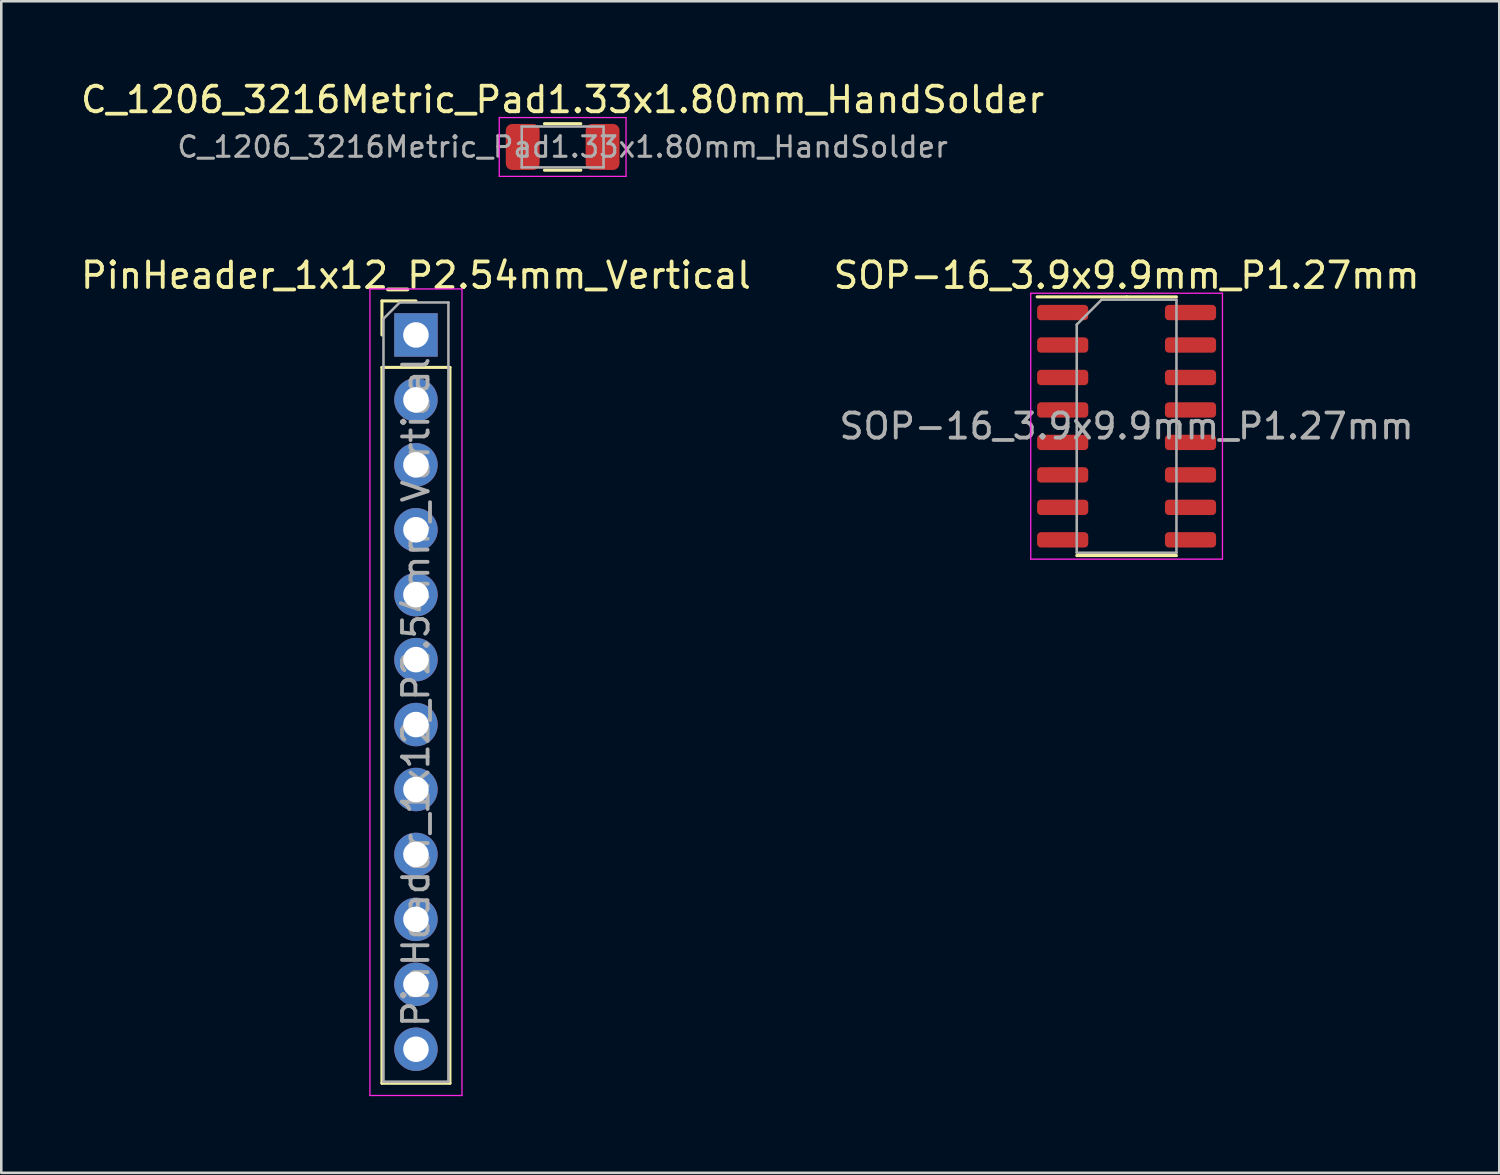
<source format=kicad_pcb>
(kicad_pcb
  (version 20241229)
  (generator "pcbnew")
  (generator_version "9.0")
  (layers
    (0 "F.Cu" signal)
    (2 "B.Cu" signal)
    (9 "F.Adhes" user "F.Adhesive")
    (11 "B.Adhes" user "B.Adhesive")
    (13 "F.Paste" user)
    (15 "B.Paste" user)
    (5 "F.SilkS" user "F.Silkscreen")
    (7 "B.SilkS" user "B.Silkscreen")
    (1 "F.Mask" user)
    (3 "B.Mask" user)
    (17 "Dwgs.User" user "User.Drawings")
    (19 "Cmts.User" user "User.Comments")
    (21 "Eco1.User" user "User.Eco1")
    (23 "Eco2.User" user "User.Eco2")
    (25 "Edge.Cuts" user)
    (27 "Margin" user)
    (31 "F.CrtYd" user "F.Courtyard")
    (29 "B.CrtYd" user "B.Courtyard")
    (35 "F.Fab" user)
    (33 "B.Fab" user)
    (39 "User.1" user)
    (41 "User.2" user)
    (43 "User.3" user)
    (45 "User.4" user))
  (footprint "C_1206_3216Metric_Pad1.33x1.80mm_HandSolder"
    (layer "F.Cu")
    (at 18.958 2.698)
    (property "Reference" "C_1206_3216Metric_Pad1.33x1.80mm_HandSolder" (at 0 -1.85 180) (layer "F.SilkS") (effects (font (size 1 1) (thickness 0.15))))
    (attr smd)
    (fp_line (start -0.711 -0.91) (end 0.711 -0.91) (stroke (width 0.12) (type solid)) (layer "F.SilkS"))
    (fp_line (start -0.711 0.91) (end 0.711 0.91) (stroke (width 0.12) (type solid)) (layer "F.SilkS"))
    (fp_line (start -2.48 -1.15) (end 2.48 -1.15) (stroke (width 0.05) (type solid)) (layer "F.CrtYd"))
    (fp_line (start -2.48 1.15) (end -2.48 -1.15) (stroke (width 0.05) (type solid)) (layer "F.CrtYd"))
    (fp_line (start 2.48 -1.15) (end 2.48 1.15) (stroke (width 0.05) (type solid)) (layer "F.CrtYd"))
    (fp_line (start 2.48 1.15) (end -2.48 1.15) (stroke (width 0.05) (type solid)) (layer "F.CrtYd"))
    (fp_line (start -1.6 -0.8) (end 1.6 -0.8) (stroke (width 0.1) (type solid)) (layer "F.Fab"))
    (fp_line (start -1.6 0.8) (end -1.6 -0.8) (stroke (width 0.1) (type solid)) (layer "F.Fab"))
    (fp_line (start 1.6 -0.8) (end 1.6 0.8) (stroke (width 0.1) (type solid)) (layer "F.Fab"))
    (fp_line (start 1.6 0.8) (end -1.6 0.8) (stroke (width 0.1) (type solid)) (layer "F.Fab"))
    (fp_text user "${REFERENCE}" (at 0 0 180) (layer "F.Fab") (effects (font (size 0.8 0.8) (thickness 0.12))))
    (pad "1" smd roundrect (at -1.562 0) (size 1.325 1.8) (layers "F.Cu" "F.Mask" "F.Paste") (roundrect_rratio 0.189))
    (pad "2" smd roundrect (at 1.562 0) (size 1.325 1.8) (layers "F.Cu" "F.Mask" "F.Paste") (roundrect_rratio 0.189)))
  (footprint "PinHeader_1x12_P2.54mm_Vertical"
    (layer "F.Cu")
    (at 13.22 10.052)
    (property "Reference" "PinHeader_1x12_P2.54mm_Vertical" (at 0 -2.33 0) (layer "F.SilkS") (effects (font (size 1 1) (thickness 0.15))))
    (attr through_hole)
    (fp_line (start -1.33 -1.33) (end 0 -1.33) (stroke (width 0.12) (type solid)) (layer "F.SilkS"))
    (fp_line (start -1.33 0) (end -1.33 -1.33) (stroke (width 0.12) (type solid)) (layer "F.SilkS"))
    (fp_line (start -1.33 1.27) (end -1.33 29.27) (stroke (width 0.12) (type solid)) (layer "F.SilkS"))
    (fp_line (start -1.33 1.27) (end 1.33 1.27) (stroke (width 0.12) (type solid)) (layer "F.SilkS"))
    (fp_line (start -1.33 29.27) (end 1.33 29.27) (stroke (width 0.12) (type solid)) (layer "F.SilkS"))
    (fp_line (start 1.33 1.27) (end 1.33 29.27) (stroke (width 0.12) (type solid)) (layer "F.SilkS"))
    (fp_line (start -1.8 -1.8) (end -1.8 29.75) (stroke (width 0.05) (type solid)) (layer "F.CrtYd"))
    (fp_line (start -1.8 29.75) (end 1.8 29.75) (stroke (width 0.05) (type solid)) (layer "F.CrtYd"))
    (fp_line (start 1.8 -1.8) (end -1.8 -1.8) (stroke (width 0.05) (type solid)) (layer "F.CrtYd"))
    (fp_line (start 1.8 29.75) (end 1.8 -1.8) (stroke (width 0.05) (type solid)) (layer "F.CrtYd"))
    (fp_line (start -1.27 -0.635) (end -0.635 -1.27) (stroke (width 0.1) (type solid)) (layer "F.Fab"))
    (fp_line (start -1.27 29.21) (end -1.27 -0.635) (stroke (width 0.1) (type solid)) (layer "F.Fab"))
    (fp_line (start -0.635 -1.27) (end 1.27 -1.27) (stroke (width 0.1) (type solid)) (layer "F.Fab"))
    (fp_line (start 1.27 -1.27) (end 1.27 29.21) (stroke (width 0.1) (type solid)) (layer "F.Fab"))
    (fp_line (start 1.27 29.21) (end -1.27 29.21) (stroke (width 0.1) (type solid)) (layer "F.Fab"))
    (fp_text user "${REFERENCE}" (at 0 13.97 90) (layer "F.Fab") (effects (font (size 1 1) (thickness 0.15))))
    (pad "1" thru_hole rect (at 0 0) (size 1.7 1.7) (drill 1) (layers "*.Cu" "*.Mask"))
    (pad "2" thru_hole oval (at 0 2.54) (size 1.7 1.7) (drill 1) (layers "*.Cu" "*.Mask"))
    (pad "3" thru_hole oval (at 0 5.08) (size 1.7 1.7) (drill 1) (layers "*.Cu" "*.Mask"))
    (pad "4" thru_hole oval (at 0 7.62) (size 1.7 1.7) (drill 1) (layers "*.Cu" "*.Mask"))
    (pad "5" thru_hole oval (at 0 10.16) (size 1.7 1.7) (drill 1) (layers "*.Cu" "*.Mask"))
    (pad "6" thru_hole oval (at 0 12.7) (size 1.7 1.7) (drill 1) (layers "*.Cu" "*.Mask"))
    (pad "7" thru_hole oval (at 0 15.24) (size 1.7 1.7) (drill 1) (layers "*.Cu" "*.Mask"))
    (pad "8" thru_hole oval (at 0 17.78) (size 1.7 1.7) (drill 1) (layers "*.Cu" "*.Mask"))
    (pad "9" thru_hole oval (at 0 20.32) (size 1.7 1.7) (drill 1) (layers "*.Cu" "*.Mask"))
    (pad "10" thru_hole oval (at 0 22.86) (size 1.7 1.7) (drill 1) (layers "*.Cu" "*.Mask"))
    (pad "11" thru_hole oval (at 0 25.4) (size 1.7 1.7) (drill 1) (layers "*.Cu" "*.Mask"))
    (pad "12" thru_hole oval (at 0 27.94) (size 1.7 1.7) (drill 1) (layers "*.Cu" "*.Mask")))
  (footprint "SOP-16_3.9x9.9mm_P1.27mm"
    (layer "F.Cu")
    (at 41.018 13.621)
    (property "Reference" "SOP-16_3.9x9.9mm_P1.27mm" (at 0 -5.9 0) (layer "F.SilkS") (effects (font (size 1 1) (thickness 0.15))))
    (attr smd)
    (fp_line (start 0 -5.06) (end -3.5 -5.06) (stroke (width 0.12) (type solid)) (layer "F.SilkS"))
    (fp_line (start 0 -5.06) (end 1.95 -5.06) (stroke (width 0.12) (type solid)) (layer "F.SilkS"))
    (fp_line (start 0 5.06) (end -1.95 5.06) (stroke (width 0.12) (type solid)) (layer "F.SilkS"))
    (fp_line (start 0 5.06) (end 1.95 5.06) (stroke (width 0.12) (type solid)) (layer "F.SilkS"))
    (fp_line (start -3.75 -5.2) (end -3.75 5.2) (stroke (width 0.05) (type solid)) (layer "F.CrtYd"))
    (fp_line (start -3.75 5.2) (end 3.75 5.2) (stroke (width 0.05) (type solid)) (layer "F.CrtYd"))
    (fp_line (start 3.75 -5.2) (end -3.75 -5.2) (stroke (width 0.05) (type solid)) (layer "F.CrtYd"))
    (fp_line (start 3.75 5.2) (end 3.75 -5.2) (stroke (width 0.05) (type solid)) (layer "F.CrtYd"))
    (fp_line (start -1.95 -3.975) (end -0.975 -4.95) (stroke (width 0.1) (type solid)) (layer "F.Fab"))
    (fp_line (start -1.95 4.95) (end -1.95 -3.975) (stroke (width 0.1) (type solid)) (layer "F.Fab"))
    (fp_line (start -0.975 -4.95) (end 1.95 -4.95) (stroke (width 0.1) (type solid)) (layer "F.Fab"))
    (fp_line (start 1.95 -4.95) (end 1.95 4.95) (stroke (width 0.1) (type solid)) (layer "F.Fab"))
    (fp_line (start 1.95 4.95) (end -1.95 4.95) (stroke (width 0.1) (type solid)) (layer "F.Fab"))
    (fp_text user "${REFERENCE}" (at 0 0 0) (layer "F.Fab") (effects (font (size 0.98 0.98) (thickness 0.15))))
    (pad "1" smd roundrect (at -2.5 -4.445) (size 2 0.6) (layers "F.Cu" "F.Mask" "F.Paste") (roundrect_rratio 0.25))
    (pad "2" smd roundrect (at -2.5 -3.175) (size 2 0.6) (layers "F.Cu" "F.Mask" "F.Paste") (roundrect_rratio 0.25))
    (pad "3" smd roundrect (at -2.5 -1.905) (size 2 0.6) (layers "F.Cu" "F.Mask" "F.Paste") (roundrect_rratio 0.25))
    (pad "4" smd roundrect (at -2.5 -0.635) (size 2 0.6) (layers "F.Cu" "F.Mask" "F.Paste") (roundrect_rratio 0.25))
    (pad "5" smd roundrect (at -2.5 0.635) (size 2 0.6) (layers "F.Cu" "F.Mask" "F.Paste") (roundrect_rratio 0.25))
    (pad "6" smd roundrect (at -2.5 1.905) (size 2 0.6) (layers "F.Cu" "F.Mask" "F.Paste") (roundrect_rratio 0.25))
    (pad "7" smd roundrect (at -2.5 3.175) (size 2 0.6) (layers "F.Cu" "F.Mask" "F.Paste") (roundrect_rratio 0.25))
    (pad "8" smd roundrect (at -2.5 4.445) (size 2 0.6) (layers "F.Cu" "F.Mask" "F.Paste") (roundrect_rratio 0.25))
    (pad "9" smd roundrect (at 2.5 4.445) (size 2 0.6) (layers "F.Cu" "F.Mask" "F.Paste") (roundrect_rratio 0.25))
    (pad "10" smd roundrect (at 2.5 3.175) (size 2 0.6) (layers "F.Cu" "F.Mask" "F.Paste") (roundrect_rratio 0.25))
    (pad "11" smd roundrect (at 2.5 1.905) (size 2 0.6) (layers "F.Cu" "F.Mask" "F.Paste") (roundrect_rratio 0.25))
    (pad "12" smd roundrect (at 2.5 0.635) (size 2 0.6) (layers "F.Cu" "F.Mask" "F.Paste") (roundrect_rratio 0.25))
    (pad "13" smd roundrect (at 2.5 -0.635) (size 2 0.6) (layers "F.Cu" "F.Mask" "F.Paste") (roundrect_rratio 0.25))
    (pad "14" smd roundrect (at 2.5 -1.905) (size 2 0.6) (layers "F.Cu" "F.Mask" "F.Paste") (roundrect_rratio 0.25))
    (pad "15" smd roundrect (at 2.5 -3.175) (size 2 0.6) (layers "F.Cu" "F.Mask" "F.Paste") (roundrect_rratio 0.25))
    (pad "16" smd roundrect (at 2.5 -4.445) (size 2 0.6) (layers "F.Cu" "F.Mask" "F.Paste") (roundrect_rratio 0.25)))
  (gr_rect
    (start -3 -3)
    (end 55.595 42.827)
    (stroke (width 0.1) (type default))
    (fill no)
    (layer "Edge.Cuts")))
</source>
